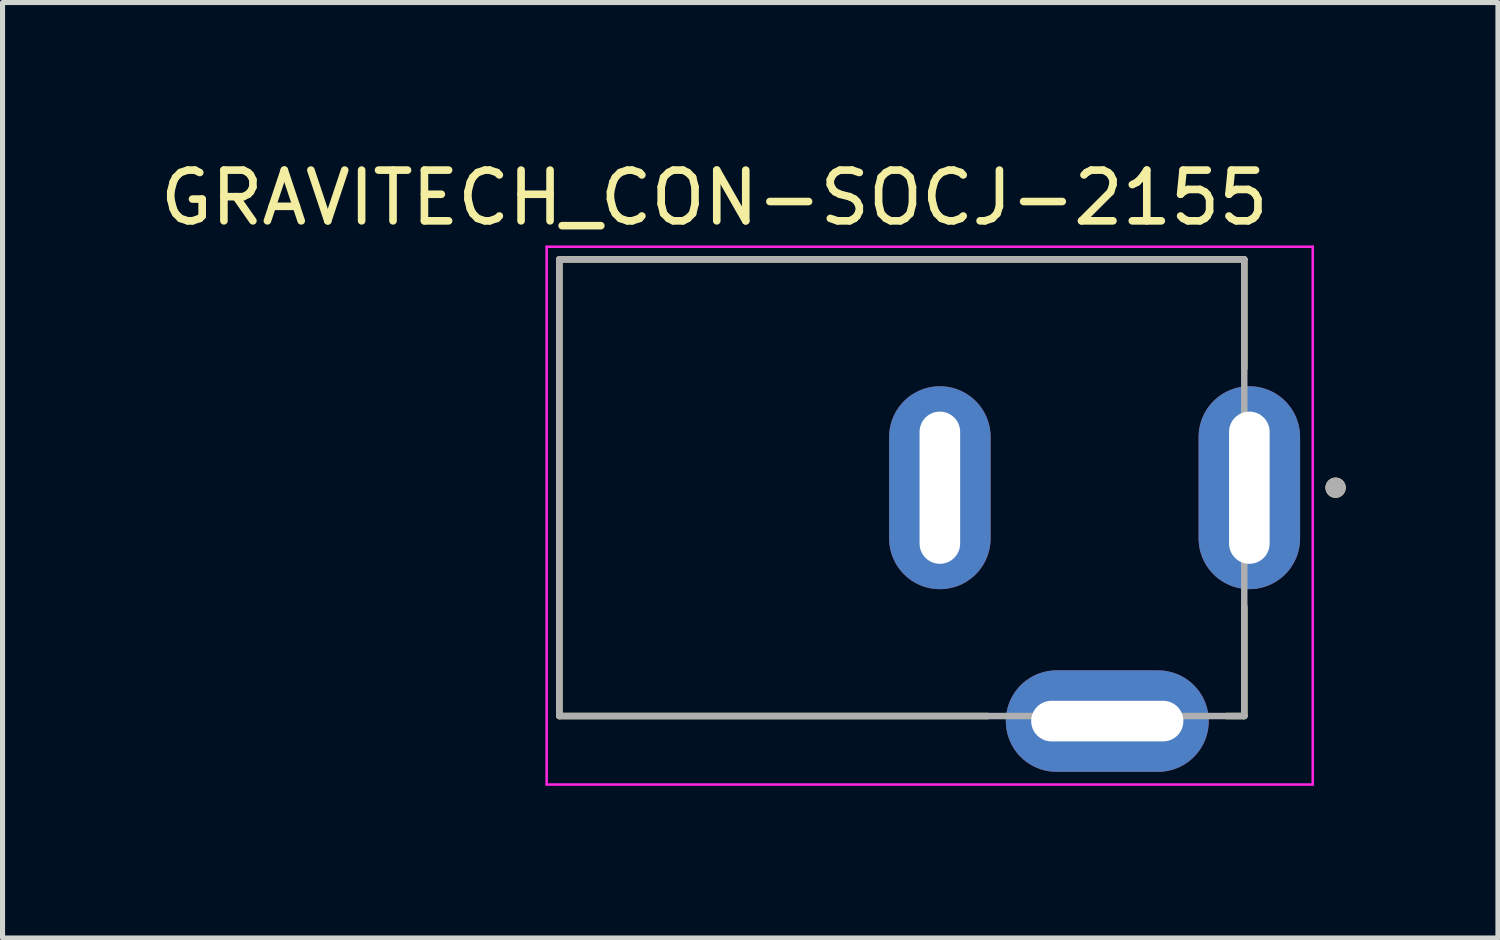
<source format=kicad_pcb>
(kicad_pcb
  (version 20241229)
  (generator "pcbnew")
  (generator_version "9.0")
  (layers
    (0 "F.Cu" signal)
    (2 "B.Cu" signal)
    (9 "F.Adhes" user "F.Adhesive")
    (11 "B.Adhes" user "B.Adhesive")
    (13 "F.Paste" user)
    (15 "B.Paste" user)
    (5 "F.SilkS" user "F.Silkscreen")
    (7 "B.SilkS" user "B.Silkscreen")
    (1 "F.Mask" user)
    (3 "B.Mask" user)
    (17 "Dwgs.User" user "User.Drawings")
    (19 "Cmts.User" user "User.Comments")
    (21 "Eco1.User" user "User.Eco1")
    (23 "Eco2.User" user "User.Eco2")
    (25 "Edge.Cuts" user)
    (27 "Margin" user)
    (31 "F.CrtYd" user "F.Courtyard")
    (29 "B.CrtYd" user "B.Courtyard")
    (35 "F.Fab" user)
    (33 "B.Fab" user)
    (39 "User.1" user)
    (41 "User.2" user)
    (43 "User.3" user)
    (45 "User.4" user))
  (footprint "GRAVITECH_CON-SOCJ-2155"
    (layer "F.Cu")
    (at 15.475 6.563)
    (property "Reference" "GRAVITECH_CON-SOCJ-2155" (at -4.445 -5.715 0) (layer "F.SilkS") (effects (font (size 1 1) (thickness 0.15))))
    (attr through_hole)
    (fp_line (start -7.5 -4.5) (end 6 -4.5) (stroke (width 0.127) (type solid)) (layer "F.SilkS"))
    (fp_line (start -7.5 4.5) (end -7.5 -4.5) (stroke (width 0.127) (type solid)) (layer "F.SilkS"))
    (fp_line (start 0.95 4.5) (end -7.5 4.5) (stroke (width 0.127) (type solid)) (layer "F.SilkS"))
    (fp_line (start 6 -4.5) (end 6 -2.35) (stroke (width 0.127) (type solid)) (layer "F.SilkS"))
    (fp_line (start 6 2.35) (end 6 4.5) (stroke (width 0.127) (type solid)) (layer "F.SilkS"))
    (fp_line (start 6 4.5) (end 5.65 4.5) (stroke (width 0.127) (type solid)) (layer "F.SilkS"))
    (fp_circle (center 7.8 0) (end 7.9 0) (stroke (width 0.2) (type solid)) (fill no) (layer "F.SilkS"))
    (fp_line (start -7.75 -4.75) (end 7.35 -4.75) (stroke (width 0.05) (type solid)) (layer "F.CrtYd"))
    (fp_line (start -7.75 5.85) (end -7.75 -4.75) (stroke (width 0.05) (type solid)) (layer "F.CrtYd"))
    (fp_line (start 7.35 -4.75) (end 7.35 5.85) (stroke (width 0.05) (type solid)) (layer "F.CrtYd"))
    (fp_line (start 7.35 5.85) (end -7.75 5.85) (stroke (width 0.05) (type solid)) (layer "F.CrtYd"))
    (fp_line (start -7.5 -4.5) (end 6 -4.5) (stroke (width 0.127) (type solid)) (layer "F.Fab"))
    (fp_line (start -7.5 4.5) (end -7.5 -4.5) (stroke (width 0.127) (type solid)) (layer "F.Fab"))
    (fp_line (start 6 -4.5) (end 6 4.5) (stroke (width 0.127) (type solid)) (layer "F.Fab"))
    (fp_line (start 6 4.5) (end -7.5 4.5) (stroke (width 0.127) (type solid)) (layer "F.Fab"))
    (fp_circle (center 7.8 0) (end 7.9 0) (stroke (width 0.2) (type solid)) (fill no) (layer "F.Fab"))
    (pad "1" thru_hole oval (at 6.1 0) (size 2 4) (drill oval 0.8 3) (layers "*.Cu" "*.Mask"))
    (pad "2" thru_hole oval (at 3.3 4.6) (size 4 2) (drill oval 3 0.8) (layers "*.Cu" "*.Mask"))
    (pad "3" thru_hole oval (at 0 0) (size 2 4) (drill oval 0.8 3) (layers "*.Cu" "*.Mask")))
  (gr_rect
    (start -3 -3)
    (end 26.475 15.438)
    (stroke (width 0.1) (type default))
    (fill no)
    (layer "Edge.Cuts")))
</source>
